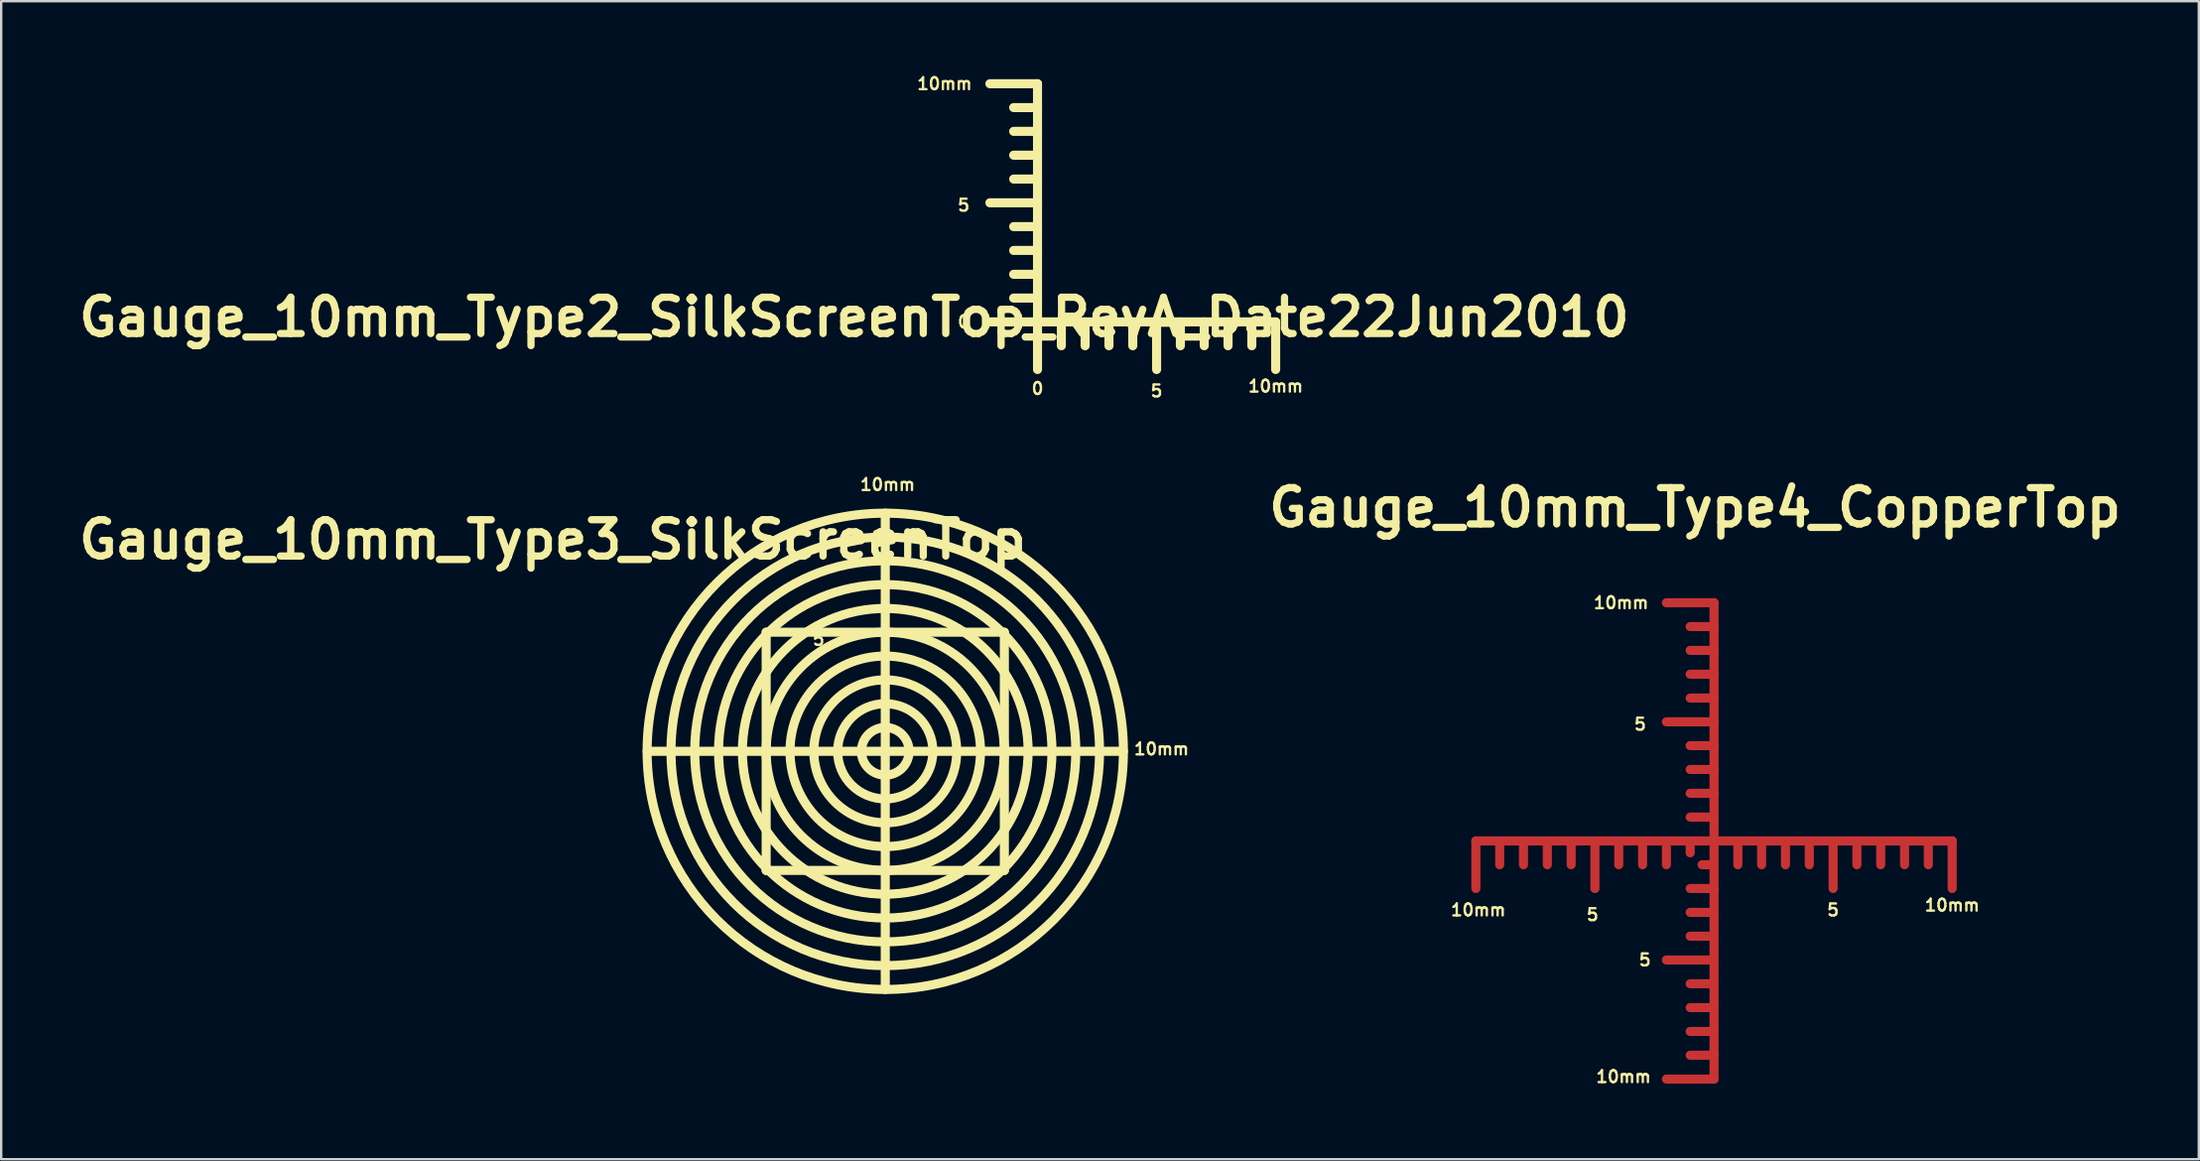
<source format=kicad_pcb>
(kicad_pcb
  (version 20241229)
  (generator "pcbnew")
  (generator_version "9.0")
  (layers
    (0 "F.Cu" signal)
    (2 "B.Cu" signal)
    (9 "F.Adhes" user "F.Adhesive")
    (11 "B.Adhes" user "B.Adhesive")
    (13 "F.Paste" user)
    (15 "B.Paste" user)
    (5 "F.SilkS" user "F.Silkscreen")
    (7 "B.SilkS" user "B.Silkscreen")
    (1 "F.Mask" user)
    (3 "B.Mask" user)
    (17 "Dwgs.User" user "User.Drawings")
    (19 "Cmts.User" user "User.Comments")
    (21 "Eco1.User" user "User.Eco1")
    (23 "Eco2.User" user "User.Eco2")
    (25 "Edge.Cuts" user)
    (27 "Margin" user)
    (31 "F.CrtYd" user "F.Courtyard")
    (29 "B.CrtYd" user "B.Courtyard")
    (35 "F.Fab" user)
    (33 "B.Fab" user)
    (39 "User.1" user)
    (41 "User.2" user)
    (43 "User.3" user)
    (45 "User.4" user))
  (footprint "Gauge_10mm_Type2_SilkScreenTop_RevA_Date22Jun2010"
    (layer "F.Cu")
    (at 40.516 10.467)
    (property "Reference" "Gauge_10mm_Type2_SilkScreenTop_RevA_Date22Jun2010" (at -7.699 -0.201 0) (layer "F.SilkS") (effects (font (size 1.524 1.524) (thickness 0.305))))
    (attr through_hole)
    (fp_line (start 0 -10) (end -1.999 -10) (stroke (width 0.381) (type solid)) (layer "F.SilkS"))
    (fp_line (start 0 -8.999) (end -1.001 -8.999) (stroke (width 0.381) (type solid)) (layer "F.SilkS"))
    (fp_line (start 0 -8.001) (end -1.001 -8.001) (stroke (width 0.381) (type solid)) (layer "F.SilkS"))
    (fp_line (start 0 -7) (end -1.001 -7) (stroke (width 0.381) (type solid)) (layer "F.SilkS"))
    (fp_line (start 0 -5.999) (end -1.001 -5.999) (stroke (width 0.381) (type solid)) (layer "F.SilkS"))
    (fp_line (start 0 -5.001) (end -1.999 -5.001) (stroke (width 0.381) (type solid)) (layer "F.SilkS"))
    (fp_line (start 0 -4) (end -1.001 -4) (stroke (width 0.381) (type solid)) (layer "F.SilkS"))
    (fp_line (start 0 -3) (end -1.001 -3) (stroke (width 0.381) (type solid)) (layer "F.SilkS"))
    (fp_line (start 0 -1.999) (end -1.001 -1.999) (stroke (width 0.381) (type solid)) (layer "F.SilkS"))
    (fp_line (start 0 -1.001) (end -1.001 -1.001) (stroke (width 0.381) (type solid)) (layer "F.SilkS"))
    (fp_line (start 0 0) (end -1.999 0) (stroke (width 0.381) (type solid)) (layer "F.SilkS"))
    (fp_line (start 0 0) (end 0 -10) (stroke (width 0.381) (type solid)) (layer "F.SilkS"))
    (fp_line (start 0 0) (end 0 1.999) (stroke (width 0.381) (type solid)) (layer "F.SilkS"))
    (fp_line (start 0 0) (end 10 0) (stroke (width 0.381) (type solid)) (layer "F.SilkS"))
    (fp_line (start 1.001 0) (end 1.001 1.001) (stroke (width 0.381) (type solid)) (layer "F.SilkS"))
    (fp_line (start 1.999 0) (end 1.999 1.001) (stroke (width 0.381) (type solid)) (layer "F.SilkS"))
    (fp_line (start 3 0) (end 3 1.001) (stroke (width 0.381) (type solid)) (layer "F.SilkS"))
    (fp_line (start 4 0) (end 4 1.001) (stroke (width 0.381) (type solid)) (layer "F.SilkS"))
    (fp_line (start 5.001 0) (end 5.001 1.999) (stroke (width 0.381) (type solid)) (layer "F.SilkS"))
    (fp_line (start 5.999 0) (end 5.999 1.001) (stroke (width 0.381) (type solid)) (layer "F.SilkS"))
    (fp_line (start 7 0) (end 7 1.001) (stroke (width 0.381) (type solid)) (layer "F.SilkS"))
    (fp_line (start 8.001 0) (end 8.001 1.001) (stroke (width 0.381) (type solid)) (layer "F.SilkS"))
    (fp_line (start 8.999 0) (end 8.999 1.001) (stroke (width 0.381) (type solid)) (layer "F.SilkS"))
    (fp_line (start 10 0) (end 10 1.999) (stroke (width 0.381) (type solid)) (layer "F.SilkS"))
    (fp_text user "10mm" (at -3.901 -10 0) (layer "F.SilkS") (effects (font (size 0.5 0.5) (thickness 0.099))))
    (fp_text user "5" (at 4.999 2.901 0) (layer "F.SilkS") (effects (font (size 0.5 0.5) (thickness 0.099))))
    (fp_text user "10mm" (at 10 2.7 0) (layer "F.SilkS") (effects (font (size 0.5 0.5) (thickness 0.099))))
    (fp_text user "0" (at 0 2.799 0) (layer "F.SilkS") (effects (font (size 0.5 0.5) (thickness 0.099))))
    (fp_text user "0" (at -3.101 0 0) (layer "F.SilkS") (effects (font (size 0.5 0.5) (thickness 0.099))))
    (fp_text user "5" (at -3.101 -4.9 0) (layer "F.SilkS") (effects (font (size 0.5 0.5) (thickness 0.099)))))
  (footprint "Gauge_10mm_Type3_SilkScreenTop"
    (layer "F.Cu")
    (at 34.123 28.499)
    (property "Reference" "Gauge_10mm_Type3_SilkScreenTop" (at -13.97 -8.89 0) (layer "F.SilkS") (effects (font (size 1.524 1.524) (thickness 0.305))))
    (attr through_hole)
    (fp_line (start -5.001 -5.001) (end -5.001 0) (stroke (width 0.381) (type solid)) (layer "F.SilkS"))
    (fp_line (start -5.001 5.001) (end -5.001 0) (stroke (width 0.381) (type solid)) (layer "F.SilkS"))
    (fp_line (start -1.999 0) (end -10 0) (stroke (width 0.381) (type solid)) (layer "F.SilkS"))
    (fp_line (start 0 -5.001) (end -5.001 -5.001) (stroke (width 0.381) (type solid)) (layer "F.SilkS"))
    (fp_line (start 0 -5.001) (end 5.001 -5.001) (stroke (width 0.381) (type solid)) (layer "F.SilkS"))
    (fp_line (start 0 0) (end -1.999 0) (stroke (width 0.381) (type solid)) (layer "F.SilkS"))
    (fp_line (start 0 0) (end 0 -10) (stroke (width 0.381) (type solid)) (layer "F.SilkS"))
    (fp_line (start 0 0) (end 0 1.999) (stroke (width 0.381) (type solid)) (layer "F.SilkS"))
    (fp_line (start 0 0) (end 10 0) (stroke (width 0.381) (type solid)) (layer "F.SilkS"))
    (fp_line (start 0 1.999) (end 0 10) (stroke (width 0.381) (type solid)) (layer "F.SilkS"))
    (fp_line (start 0 5.001) (end -5.001 5.001) (stroke (width 0.381) (type solid)) (layer "F.SilkS"))
    (fp_line (start 5.001 -5.001) (end 5.001 0) (stroke (width 0.381) (type solid)) (layer "F.SilkS"))
    (fp_line (start 5.001 0) (end 5.001 5.001) (stroke (width 0.381) (type solid)) (layer "F.SilkS"))
    (fp_line (start 5.001 5.001) (end 0 5.001) (stroke (width 0.381) (type solid)) (layer "F.SilkS"))
    (fp_circle (center 0 0) (end 0 -8.999) (stroke (width 0.381) (type solid)) (fill no) (layer "F.SilkS"))
    (fp_circle (center 0 0) (end 0 -8.001) (stroke (width 0.381) (type solid)) (fill no) (layer "F.SilkS"))
    (fp_circle (center 0 0) (end 0 -7) (stroke (width 0.381) (type solid)) (fill no) (layer "F.SilkS"))
    (fp_circle (center 0 0) (end 0 -5.999) (stroke (width 0.381) (type solid)) (fill no) (layer "F.SilkS"))
    (fp_circle (center 0 0) (end 0 -4) (stroke (width 0.381) (type solid)) (fill no) (layer "F.SilkS"))
    (fp_circle (center 0 0) (end 0 -3) (stroke (width 0.381) (type solid)) (fill no) (layer "F.SilkS"))
    (fp_circle (center 0 0) (end 0 -1.999) (stroke (width 0.381) (type solid)) (fill no) (layer "F.SilkS"))
    (fp_circle (center 0 0) (end 0 -1.001) (stroke (width 0.381) (type solid)) (fill no) (layer "F.SilkS"))
    (fp_circle (center 0 0) (end 5.001 0) (stroke (width 0.381) (type solid)) (fill no) (layer "F.SilkS"))
    (fp_circle (center 0 0) (end 10 0) (stroke (width 0.381) (type solid)) (fill no) (layer "F.SilkS"))
    (fp_text user "5" (at -2.799 -4.699 0) (layer "F.SilkS") (effects (font (size 0.5 0.5) (thickness 0.099))))
    (fp_text user "10mm" (at 0.099 -11.199 0) (layer "F.SilkS") (effects (font (size 0.5 0.5) (thickness 0.099))))
    (fp_text user "10mm" (at 11.6 -0.099 0) (layer "F.SilkS") (effects (font (size 0.5 0.5) (thickness 0.099)))))
  (footprint "Gauge_10mm_Type4_CopperTop"
    (layer "F.Cu")
    (at 68.923 32.261)
    (property "Reference" "Gauge_10mm_Type4_CopperTop" (at -0.8 -14 0) (layer "F.SilkS") (effects (font (size 1.524 1.524) (thickness 0.305))))
    (attr through_hole)
    (fp_line (start -10 0) (end -10 1.999) (stroke (width 0.381) (type solid)) (layer "F.Cu"))
    (fp_line (start -8.999 0) (end -8.999 1.001) (stroke (width 0.381) (type solid)) (layer "F.Cu"))
    (fp_line (start -8.001 0) (end -8.001 1.001) (stroke (width 0.381) (type solid)) (layer "F.Cu"))
    (fp_line (start -7 0) (end -7 1.001) (stroke (width 0.381) (type solid)) (layer "F.Cu"))
    (fp_line (start -5.999 0) (end -5.999 1.001) (stroke (width 0.381) (type solid)) (layer "F.Cu"))
    (fp_line (start -5.001 0) (end -5.001 1.999) (stroke (width 0.381) (type solid)) (layer "F.Cu"))
    (fp_line (start -4 0) (end -4 1.001) (stroke (width 0.381) (type solid)) (layer "F.Cu"))
    (fp_line (start -3 0) (end -3 1.001) (stroke (width 0.381) (type solid)) (layer "F.Cu"))
    (fp_line (start -1.999 0) (end -1.999 1.001) (stroke (width 0.381) (type solid)) (layer "F.Cu"))
    (fp_line (start -1.001 0) (end -1.001 0.5) (stroke (width 0.381) (type solid)) (layer "F.Cu"))
    (fp_line (start 0 -10) (end -1.999 -10) (stroke (width 0.381) (type solid)) (layer "F.Cu"))
    (fp_line (start 0 -8.999) (end -1.001 -8.999) (stroke (width 0.381) (type solid)) (layer "F.Cu"))
    (fp_line (start 0 -8.001) (end -1.001 -8.001) (stroke (width 0.381) (type solid)) (layer "F.Cu"))
    (fp_line (start 0 -7) (end -1.001 -7) (stroke (width 0.381) (type solid)) (layer "F.Cu"))
    (fp_line (start 0 -5.999) (end -1.001 -5.999) (stroke (width 0.381) (type solid)) (layer "F.Cu"))
    (fp_line (start 0 -5.001) (end -1.999 -5.001) (stroke (width 0.381) (type solid)) (layer "F.Cu"))
    (fp_line (start 0 -4) (end -1.001 -4) (stroke (width 0.381) (type solid)) (layer "F.Cu"))
    (fp_line (start 0 -3) (end -1.001 -3) (stroke (width 0.381) (type solid)) (layer "F.Cu"))
    (fp_line (start 0 -1.999) (end -1.001 -1.999) (stroke (width 0.381) (type solid)) (layer "F.Cu"))
    (fp_line (start 0 -1.001) (end -1.001 -1.001) (stroke (width 0.381) (type solid)) (layer "F.Cu"))
    (fp_line (start 0 0) (end -10 0) (stroke (width 0.381) (type solid)) (layer "F.Cu"))
    (fp_line (start 0 0) (end 0 -10) (stroke (width 0.381) (type solid)) (layer "F.Cu"))
    (fp_line (start 0 0) (end 0 1.999) (stroke (width 0.381) (type solid)) (layer "F.Cu"))
    (fp_line (start 0 0) (end 10 0) (stroke (width 0.381) (type solid)) (layer "F.Cu"))
    (fp_line (start 0 1.001) (end -0.5 1.001) (stroke (width 0.381) (type solid)) (layer "F.Cu"))
    (fp_line (start 0 1.999) (end -1.001 1.999) (stroke (width 0.381) (type solid)) (layer "F.Cu"))
    (fp_line (start 0 1.999) (end 0 10) (stroke (width 0.381) (type solid)) (layer "F.Cu"))
    (fp_line (start 0 3) (end -1.001 3) (stroke (width 0.381) (type solid)) (layer "F.Cu"))
    (fp_line (start 0 4) (end -1.001 4) (stroke (width 0.381) (type solid)) (layer "F.Cu"))
    (fp_line (start 0 5.001) (end -1.999 5.001) (stroke (width 0.381) (type solid)) (layer "F.Cu"))
    (fp_line (start 0 5.999) (end -1.001 5.999) (stroke (width 0.381) (type solid)) (layer "F.Cu"))
    (fp_line (start 0 7) (end -1.001 7) (stroke (width 0.381) (type solid)) (layer "F.Cu"))
    (fp_line (start 0 8.001) (end -1.001 8.001) (stroke (width 0.381) (type solid)) (layer "F.Cu"))
    (fp_line (start 0 8.999) (end -1.001 8.999) (stroke (width 0.381) (type solid)) (layer "F.Cu"))
    (fp_line (start 0 10) (end -1.999 10) (stroke (width 0.381) (type solid)) (layer "F.Cu"))
    (fp_line (start 1.001 0) (end 1.001 1.001) (stroke (width 0.381) (type solid)) (layer "F.Cu"))
    (fp_line (start 1.999 0) (end 1.999 1.001) (stroke (width 0.381) (type solid)) (layer "F.Cu"))
    (fp_line (start 3 0) (end 3 1.001) (stroke (width 0.381) (type solid)) (layer "F.Cu"))
    (fp_line (start 4 0) (end 4 1.001) (stroke (width 0.381) (type solid)) (layer "F.Cu"))
    (fp_line (start 5.001 0) (end 5.001 1.999) (stroke (width 0.381) (type solid)) (layer "F.Cu"))
    (fp_line (start 5.999 0) (end 5.999 1.001) (stroke (width 0.381) (type solid)) (layer "F.Cu"))
    (fp_line (start 7 0) (end 7 1.001) (stroke (width 0.381) (type solid)) (layer "F.Cu"))
    (fp_line (start 8.001 0) (end 8.001 1.001) (stroke (width 0.381) (type solid)) (layer "F.Cu"))
    (fp_line (start 8.999 0) (end 8.999 1.001) (stroke (width 0.381) (type solid)) (layer "F.Cu"))
    (fp_line (start 10 0) (end 10 1.999) (stroke (width 0.381) (type solid)) (layer "F.Cu"))
    (fp_text user "5" (at -5.1 3.099 0) (layer "F.SilkS") (effects (font (size 0.5 0.5) (thickness 0.099))))
    (fp_text user "10mm" (at -3.901 -10 0) (layer "F.SilkS") (effects (font (size 0.5 0.5) (thickness 0.099))))
    (fp_text user "10mm" (at -3.8 9.901 0) (layer "F.SilkS") (effects (font (size 0.5 0.5) (thickness 0.099))))
    (fp_text user "10mm" (at 10 2.7 0) (layer "F.SilkS") (effects (font (size 0.5 0.5) (thickness 0.099))))
    (fp_text user "5" (at -2.901 4.999 0) (layer "F.SilkS") (effects (font (size 0.5 0.5) (thickness 0.099))))
    (fp_text user "5" (at -3.101 -4.9 0) (layer "F.SilkS") (effects (font (size 0.5 0.5) (thickness 0.099))))
    (fp_text user "10mm" (at -9.898 2.901 0) (layer "F.SilkS") (effects (font (size 0.5 0.5) (thickness 0.099))))
    (fp_text user "5" (at 4.999 2.901 0) (layer "F.SilkS") (effects (font (size 0.5 0.5) (thickness 0.099)))))
  (gr_rect
    (start -3 -3)
    (end 89.28 45.628)
    (stroke (width 0.1) (type default))
    (fill no)
    (layer "Edge.Cuts")))
</source>
